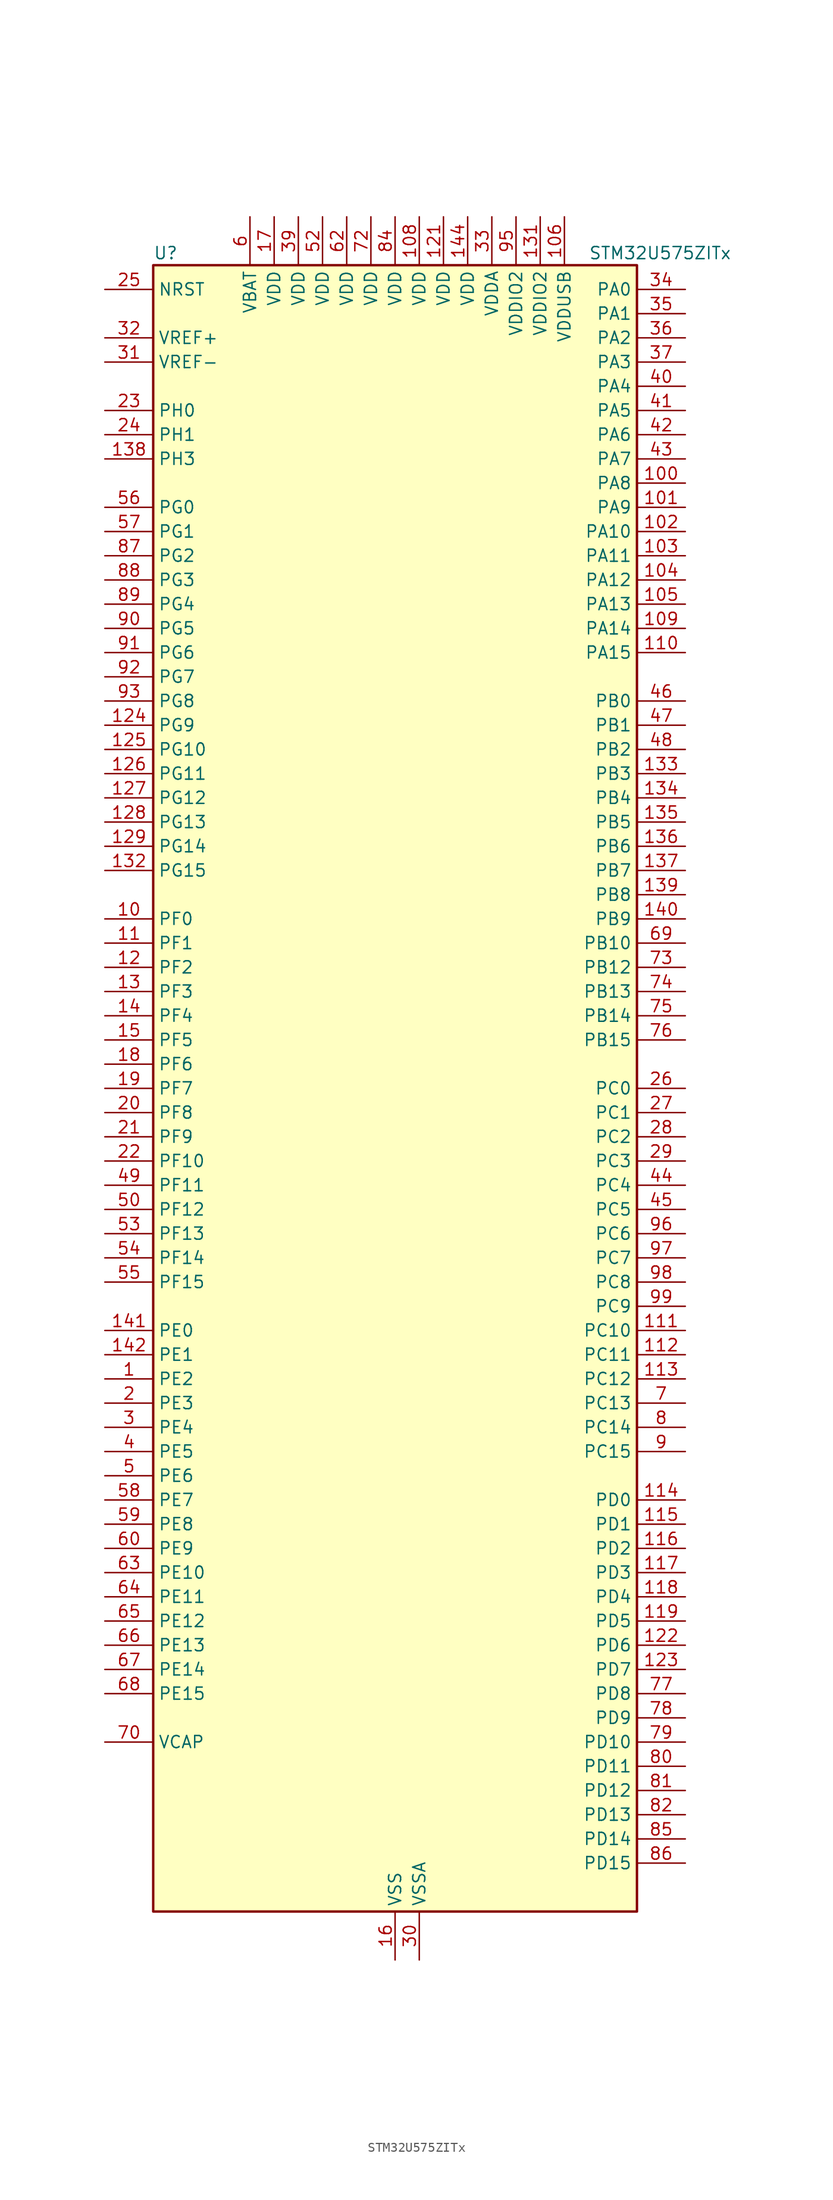
<source format=kicad_sym>
(kicad_symbol_lib
  (version 20211014)
  (generator kicad-library-utils)
  (symbol "STM32U575ZITx"
    (property "Reference" "U"
      (at -25.4 87.63 0)
      (effects (font (size 1.27 1.27)) (justify left)))
    (property "Value" "STM32U575ZITx"
      (at 20.32 87.63 0)
      (effects (font (size 1.27 1.27)) (justify left)))
    (property "ki_fp_filters" "LQFP*20x20mm*P0.5mm*"
      (at 0.0 0.0 0.0)
      (effects (font (size 1.27 1.27))))
    (symbol "STM32U575ZITx_0_1"
      (rectangle (start -25.4 -86.36) (end 25.4 86.36) (stroke (width 0.254)) (fill (type background))))
    (symbol "STM32U575ZITx_1_1"
      (pin input line (at -30.48 83.82 0) (length 5.08) (name "NRST" (effects (font (size 1.27 1.27)))) (number "25" (effects (font (size 1.27 1.27)))))
      (pin input line (at -30.48 78.74 0) (length 5.08) (name "VREF+" (effects (font (size 1.27 1.27)))) (number "32" (effects (font (size 1.27 1.27)))) (alternate "VREFBUF_OUT" bidirectional line))
      (pin input line (at -30.48 76.2 0) (length 5.08) (name "VREF-" (effects (font (size 1.27 1.27)))) (number "31" (effects (font (size 1.27 1.27)))))
      (pin bidirectional line (at -30.48 71.12 0) (length 5.08) (name "PH0" (effects (font (size 1.27 1.27)))) (number "23" (effects (font (size 1.27 1.27)))) (alternate "RCC_OSC_IN" bidirectional line))
      (pin bidirectional line (at -30.48 68.58 0) (length 5.08) (name "PH1" (effects (font (size 1.27 1.27)))) (number "24" (effects (font (size 1.27 1.27)))) (alternate "RCC_OSC_OUT" bidirectional line))
      (pin bidirectional line (at -30.48 66.04 0) (length 5.08) (name "PH3" (effects (font (size 1.27 1.27)))) (number "138" (effects (font (size 1.27 1.27)))))
      (pin bidirectional line (at -30.48 60.96 0) (length 5.08) (name "PG0" (effects (font (size 1.27 1.27)))) (number "56" (effects (font (size 1.27 1.27)))) (alternate "ADC4_IN7" bidirectional line) (alternate "FMC_A10" bidirectional line) (alternate "OCTOSPIM_P2_IO4" bidirectional line) (alternate "TSC_G8_IO3" bidirectional line))
      (pin bidirectional line (at -30.48 58.42 0) (length 5.08) (name "PG1" (effects (font (size 1.27 1.27)))) (number "57" (effects (font (size 1.27 1.27)))) (alternate "ADC4_IN8" bidirectional line) (alternate "FMC_A11" bidirectional line) (alternate "OCTOSPIM_P2_IO5" bidirectional line) (alternate "TSC_G8_IO4" bidirectional line))
      (pin bidirectional line (at -30.48 55.88 0) (length 5.08) (name "PG2" (effects (font (size 1.27 1.27)))) (number "87" (effects (font (size 1.27 1.27)))) (alternate "FMC_A12" bidirectional line) (alternate "SAI2_SCK_B" bidirectional line) (alternate "SPI1_SCK" bidirectional line))
      (pin bidirectional line (at -30.48 53.34 0) (length 5.08) (name "PG3" (effects (font (size 1.27 1.27)))) (number "88" (effects (font (size 1.27 1.27)))) (alternate "FMC_A13" bidirectional line) (alternate "SAI2_FS_B" bidirectional line) (alternate "SPI1_MISO" bidirectional line))
      (pin bidirectional line (at -30.48 50.8 0) (length 5.08) (name "PG4" (effects (font (size 1.27 1.27)))) (number "89" (effects (font (size 1.27 1.27)))) (alternate "FMC_A14" bidirectional line) (alternate "SAI2_MCLK_B" bidirectional line) (alternate "SPI1_MOSI" bidirectional line))
      (pin bidirectional line (at -30.48 48.26 0) (length 5.08) (name "PG5" (effects (font (size 1.27 1.27)))) (number "90" (effects (font (size 1.27 1.27)))) (alternate "FMC_A15" bidirectional line) (alternate "LPUART1_CTS" bidirectional line) (alternate "SAI2_SD_B" bidirectional line) (alternate "SPI1_NSS" bidirectional line))
      (pin bidirectional line (at -30.48 45.72 0) (length 5.08) (name "PG6" (effects (font (size 1.27 1.27)))) (number "91" (effects (font (size 1.27 1.27)))) (alternate "I2C3_SMBA" bidirectional line) (alternate "LPUART1_DE" bidirectional line) (alternate "LPUART1_RTS" bidirectional line) (alternate "OCTOSPIM_P1_DQS" bidirectional line) (alternate "SPI1_RDY" bidirectional line) (alternate "UCPD1_FRSTX1" bidirectional line))
      (pin bidirectional line (at -30.48 43.18 0) (length 5.08) (name "PG7" (effects (font (size 1.27 1.27)))) (number "92" (effects (font (size 1.27 1.27)))) (alternate "FMC_INT" bidirectional line) (alternate "I2C3_SCL" bidirectional line) (alternate "LPUART1_TX" bidirectional line) (alternate "MDF1_CCK0" bidirectional line) (alternate "OCTOSPIM_P2_DQS" bidirectional line) (alternate "SAI1_CK1" bidirectional line) (alternate "SAI1_MCLK_A" bidirectional line) (alternate "UCPD1_FRSTX2" bidirectional line))
      (pin bidirectional line (at -30.48 40.64 0) (length 5.08) (name "PG8" (effects (font (size 1.27 1.27)))) (number "93" (effects (font (size 1.27 1.27)))) (alternate "I2C3_SDA" bidirectional line) (alternate "LPUART1_RX" bidirectional line))
      (pin bidirectional line (at -30.48 38.1 0) (length 5.08) (name "PG9" (effects (font (size 1.27 1.27)))) (number "124" (effects (font (size 1.27 1.27)))) (alternate "DAC1_EXTI9" bidirectional line) (alternate "FMC_NCE" bidirectional line) (alternate "FMC_NE2" bidirectional line) (alternate "OCTOSPIM_P2_IO6" bidirectional line) (alternate "SAI2_SCK_A" bidirectional line) (alternate "SPI3_SCK" bidirectional line) (alternate "TIM15_CH1N" bidirectional line) (alternate "USART1_TX" bidirectional line))
      (pin bidirectional line (at -30.48 35.56 0) (length 5.08) (name "PG10" (effects (font (size 1.27 1.27)))) (number "125" (effects (font (size 1.27 1.27)))) (alternate "FMC_NE3" bidirectional line) (alternate "LPTIM1_IN1" bidirectional line) (alternate "OCTOSPIM_P2_IO7" bidirectional line) (alternate "SAI2_FS_A" bidirectional line) (alternate "SPI3_MISO" bidirectional line) (alternate "TIM15_CH1" bidirectional line) (alternate "USART1_RX" bidirectional line))
      (pin bidirectional line (at -30.48 33.02 0) (length 5.08) (name "PG11" (effects (font (size 1.27 1.27)))) (number "126" (effects (font (size 1.27 1.27)))) (alternate "ADC1_EXTI11" bidirectional line) (alternate "LPTIM1_IN2" bidirectional line) (alternate "OCTOSPIM_P1_IO5" bidirectional line) (alternate "SAI2_MCLK_A" bidirectional line) (alternate "SPI3_MOSI" bidirectional line) (alternate "TIM15_CH2" bidirectional line) (alternate "USART1_CTS" bidirectional line))
      (pin bidirectional line (at -30.48 30.48 0) (length 5.08) (name "PG12" (effects (font (size 1.27 1.27)))) (number "127" (effects (font (size 1.27 1.27)))) (alternate "FMC_NE4" bidirectional line) (alternate "LPTIM1_ETR" bidirectional line) (alternate "OCTOSPIM_P2_NCS" bidirectional line) (alternate "SAI2_SD_A" bidirectional line) (alternate "SPI3_NSS" bidirectional line) (alternate "USART1_DE" bidirectional line) (alternate "USART1_RTS" bidirectional line))
      (pin bidirectional line (at -30.48 27.94 0) (length 5.08) (name "PG13" (effects (font (size 1.27 1.27)))) (number "128" (effects (font (size 1.27 1.27)))) (alternate "FMC_A24" bidirectional line) (alternate "I2C1_SDA" bidirectional line) (alternate "SPI3_RDY" bidirectional line) (alternate "USART1_CK" bidirectional line))
      (pin bidirectional line (at -30.48 25.4 0) (length 5.08) (name "PG14" (effects (font (size 1.27 1.27)))) (number "129" (effects (font (size 1.27 1.27)))) (alternate "FMC_A25" bidirectional line) (alternate "I2C1_SCL" bidirectional line) (alternate "LPTIM1_CH2" bidirectional line))
      (pin bidirectional line (at -30.48 22.86 0) (length 5.08) (name "PG15" (effects (font (size 1.27 1.27)))) (number "132" (effects (font (size 1.27 1.27)))) (alternate "ADC1_EXTI15" bidirectional line) (alternate "ADC4_EXTI15" bidirectional line) (alternate "DCMI_D13" bidirectional line) (alternate "I2C1_SMBA" bidirectional line) (alternate "LPTIM1_CH1" bidirectional line) (alternate "OCTOSPIM_P2_DQS" bidirectional line) (alternate "PSSI_D13" bidirectional line))
      (pin bidirectional line (at -30.48 17.78 0) (length 5.08) (name "PF0" (effects (font (size 1.27 1.27)))) (number "10" (effects (font (size 1.27 1.27)))) (alternate "FMC_A0" bidirectional line) (alternate "I2C2_SDA" bidirectional line) (alternate "OCTOSPIM_P2_IO0" bidirectional line))
      (pin bidirectional line (at -30.48 15.24 0) (length 5.08) (name "PF1" (effects (font (size 1.27 1.27)))) (number "11" (effects (font (size 1.27 1.27)))) (alternate "FMC_A1" bidirectional line) (alternate "I2C2_SCL" bidirectional line) (alternate "OCTOSPIM_P2_IO1" bidirectional line))
      (pin bidirectional line (at -30.48 12.7 0) (length 5.08) (name "PF2" (effects (font (size 1.27 1.27)))) (number "12" (effects (font (size 1.27 1.27)))) (alternate "FMC_A2" bidirectional line) (alternate "I2C2_SMBA" bidirectional line) (alternate "LPTIM3_CH2" bidirectional line) (alternate "OCTOSPIM_P2_IO2" bidirectional line) (alternate "PWR_WKUP8" bidirectional line))
      (pin bidirectional line (at -30.48 10.16 0) (length 5.08) (name "PF3" (effects (font (size 1.27 1.27)))) (number "13" (effects (font (size 1.27 1.27)))) (alternate "FMC_A3" bidirectional line) (alternate "LPTIM3_IN1" bidirectional line) (alternate "OCTOSPIM_P2_IO3" bidirectional line))
      (pin bidirectional line (at -30.48 7.62 0) (length 5.08) (name "PF4" (effects (font (size 1.27 1.27)))) (number "14" (effects (font (size 1.27 1.27)))) (alternate "FMC_A4" bidirectional line) (alternate "LPTIM3_ETR" bidirectional line) (alternate "OCTOSPIM_P2_CLK" bidirectional line))
      (pin bidirectional line (at -30.48 5.08 0) (length 5.08) (name "PF5" (effects (font (size 1.27 1.27)))) (number "15" (effects (font (size 1.27 1.27)))) (alternate "FMC_A5" bidirectional line) (alternate "LPTIM3_CH1" bidirectional line) (alternate "OCTOSPIM_P2_NCLK" bidirectional line))
      (pin bidirectional line (at -30.48 2.54 0) (length 5.08) (name "PF6" (effects (font (size 1.27 1.27)))) (number "18" (effects (font (size 1.27 1.27)))) (alternate "DCMI_D12" bidirectional line) (alternate "OCTOSPIM_P1_IO3" bidirectional line) (alternate "OCTOSPIM_P2_NCS" bidirectional line) (alternate "PSSI_D12" bidirectional line) (alternate "SAI1_SD_B" bidirectional line) (alternate "TIM5_CH1" bidirectional line) (alternate "TIM5_ETR" bidirectional line))
      (pin bidirectional line (at -30.48 0.0 0) (length 5.08) (name "PF7" (effects (font (size 1.27 1.27)))) (number "19" (effects (font (size 1.27 1.27)))) (alternate "FDCAN1_RX" bidirectional line) (alternate "OCTOSPIM_P1_IO2" bidirectional line) (alternate "SAI1_MCLK_B" bidirectional line) (alternate "TIM5_CH2" bidirectional line))
      (pin bidirectional line (at -30.48 -2.54 0) (length 5.08) (name "PF8" (effects (font (size 1.27 1.27)))) (number "20" (effects (font (size 1.27 1.27)))) (alternate "FDCAN1_TX" bidirectional line) (alternate "OCTOSPIM_P1_IO0" bidirectional line) (alternate "PSSI_D14" bidirectional line) (alternate "SAI1_SCK_B" bidirectional line) (alternate "TIM5_CH3" bidirectional line))
      (pin bidirectional line (at -30.48 -5.08 0) (length 5.08) (name "PF9" (effects (font (size 1.27 1.27)))) (number "21" (effects (font (size 1.27 1.27)))) (alternate "DAC1_EXTI9" bidirectional line) (alternate "OCTOSPIM_P1_IO1" bidirectional line) (alternate "PSSI_D15" bidirectional line) (alternate "SAI1_FS_B" bidirectional line) (alternate "TIM15_CH1" bidirectional line) (alternate "TIM5_CH4" bidirectional line))
      (pin bidirectional line (at -30.48 -7.62 0) (length 5.08) (name "PF10" (effects (font (size 1.27 1.27)))) (number "22" (effects (font (size 1.27 1.27)))) (alternate "DCMI_D11" bidirectional line) (alternate "MDF1_CCK1" bidirectional line) (alternate "OCTOSPIM_P1_CLK" bidirectional line) (alternate "PSSI_D11" bidirectional line) (alternate "PSSI_D15" bidirectional line) (alternate "SAI1_D3" bidirectional line) (alternate "TIM15_CH2" bidirectional line))
      (pin bidirectional line (at -30.48 -10.16 0) (length 5.08) (name "PF11" (effects (font (size 1.27 1.27)))) (number "49" (effects (font (size 1.27 1.27)))) (alternate "ADC1_EXTI11" bidirectional line) (alternate "DCMI_D12" bidirectional line) (alternate "LPTIM4_IN1" bidirectional line) (alternate "OCTOSPIM_P1_NCLK" bidirectional line) (alternate "PSSI_D12" bidirectional line))
      (pin bidirectional line (at -30.48 -12.7 0) (length 5.08) (name "PF12" (effects (font (size 1.27 1.27)))) (number "50" (effects (font (size 1.27 1.27)))) (alternate "FMC_A6" bidirectional line) (alternate "LPTIM4_ETR" bidirectional line) (alternate "OCTOSPIM_P2_DQS" bidirectional line))
      (pin bidirectional line (at -30.48 -15.24 0) (length 5.08) (name "PF13" (effects (font (size 1.27 1.27)))) (number "53" (effects (font (size 1.27 1.27)))) (alternate "FMC_A7" bidirectional line) (alternate "I2C4_SMBA" bidirectional line) (alternate "LPTIM4_OUT" bidirectional line) (alternate "UCPD1_FRSTX2" bidirectional line))
      (pin bidirectional line (at -30.48 -17.78 0) (length 5.08) (name "PF14" (effects (font (size 1.27 1.27)))) (number "54" (effects (font (size 1.27 1.27)))) (alternate "ADC4_IN5" bidirectional line) (alternate "FMC_A8" bidirectional line) (alternate "I2C4_SCL" bidirectional line) (alternate "TSC_G8_IO1" bidirectional line))
      (pin bidirectional line (at -30.48 -20.32 0) (length 5.08) (name "PF15" (effects (font (size 1.27 1.27)))) (number "55" (effects (font (size 1.27 1.27)))) (alternate "ADC1_EXTI15" bidirectional line) (alternate "ADC4_EXTI15" bidirectional line) (alternate "ADC4_IN6" bidirectional line) (alternate "FMC_A9" bidirectional line) (alternate "I2C4_SDA" bidirectional line) (alternate "TSC_G8_IO2" bidirectional line))
      (pin bidirectional line (at -30.48 -25.4 0) (length 5.08) (name "PE0" (effects (font (size 1.27 1.27)))) (number "141" (effects (font (size 1.27 1.27)))) (alternate "DCMI_D2" bidirectional line) (alternate "FMC_NBL0" bidirectional line) (alternate "PSSI_D2" bidirectional line) (alternate "TIM16_CH1" bidirectional line) (alternate "TIM4_ETR" bidirectional line))
      (pin bidirectional line (at -30.48 -27.94 0) (length 5.08) (name "PE1" (effects (font (size 1.27 1.27)))) (number "142" (effects (font (size 1.27 1.27)))) (alternate "DCMI_D3" bidirectional line) (alternate "FMC_NBL1" bidirectional line) (alternate "PSSI_D3" bidirectional line) (alternate "TIM17_CH1" bidirectional line))
      (pin bidirectional line (at -30.48 -30.48 0) (length 5.08) (name "PE2" (effects (font (size 1.27 1.27)))) (number "1" (effects (font (size 1.27 1.27)))) (alternate "DEBUG_TRACECLK" bidirectional line) (alternate "FMC_A23" bidirectional line) (alternate "SAI1_CK1" bidirectional line) (alternate "SAI1_MCLK_A" bidirectional line) (alternate "TIM3_ETR" bidirectional line) (alternate "TSC_G7_IO1" bidirectional line))
      (pin bidirectional line (at -30.48 -33.02 0) (length 5.08) (name "PE3" (effects (font (size 1.27 1.27)))) (number "2" (effects (font (size 1.27 1.27)))) (alternate "DEBUG_TRACED0" bidirectional line) (alternate "FMC_A19" bidirectional line) (alternate "OCTOSPIM_P1_DQS" bidirectional line) (alternate "SAI1_SD_B" bidirectional line) (alternate "TAMP_IN6" bidirectional line) (alternate "TAMP_OUT3" bidirectional line) (alternate "TIM3_CH1" bidirectional line) (alternate "TSC_G7_IO2" bidirectional line))
      (pin bidirectional line (at -30.48 -35.56 0) (length 5.08) (name "PE4" (effects (font (size 1.27 1.27)))) (number "3" (effects (font (size 1.27 1.27)))) (alternate "DCMI_D4" bidirectional line) (alternate "DEBUG_TRACED1" bidirectional line) (alternate "FMC_A20" bidirectional line) (alternate "MDF1_SDI3" bidirectional line) (alternate "PSSI_D4" bidirectional line) (alternate "PWR_WKUP1" bidirectional line) (alternate "SAI1_D2" bidirectional line) (alternate "SAI1_FS_A" bidirectional line) (alternate "TAMP_IN7" bidirectional line) (alternate "TAMP_OUT8" bidirectional line) (alternate "TIM3_CH2" bidirectional line) (alternate "TSC_G7_IO3" bidirectional line))
      (pin bidirectional line (at -30.48 -38.1 0) (length 5.08) (name "PE5" (effects (font (size 1.27 1.27)))) (number "4" (effects (font (size 1.27 1.27)))) (alternate "DCMI_D6" bidirectional line) (alternate "DEBUG_TRACED2" bidirectional line) (alternate "FMC_A21" bidirectional line) (alternate "MDF1_CKI3" bidirectional line) (alternate "PSSI_D6" bidirectional line) (alternate "PWR_WKUP2" bidirectional line) (alternate "SAI1_CK2" bidirectional line) (alternate "SAI1_SCK_A" bidirectional line) (alternate "TAMP_IN8" bidirectional line) (alternate "TAMP_OUT7" bidirectional line) (alternate "TIM3_CH3" bidirectional line) (alternate "TSC_G7_IO4" bidirectional line))
      (pin bidirectional line (at -30.48 -40.64 0) (length 5.08) (name "PE6" (effects (font (size 1.27 1.27)))) (number "5" (effects (font (size 1.27 1.27)))) (alternate "DCMI_D7" bidirectional line) (alternate "DEBUG_TRACED3" bidirectional line) (alternate "FMC_A22" bidirectional line) (alternate "PSSI_D7" bidirectional line) (alternate "PWR_WKUP3" bidirectional line) (alternate "SAI1_D1" bidirectional line) (alternate "SAI1_SD_A" bidirectional line) (alternate "TAMP_IN3" bidirectional line) (alternate "TAMP_OUT6" bidirectional line) (alternate "TIM3_CH4" bidirectional line))
      (pin bidirectional line (at -30.48 -43.18 0) (length 5.08) (name "PE7" (effects (font (size 1.27 1.27)))) (number "58" (effects (font (size 1.27 1.27)))) (alternate "FMC_D4" bidirectional line) (alternate "FMC_DA4" bidirectional line) (alternate "MDF1_SDI2" bidirectional line) (alternate "PWR_WKUP6" bidirectional line) (alternate "SAI1_SD_B" bidirectional line) (alternate "TIM1_ETR" bidirectional line))
      (pin bidirectional line (at -30.48 -45.72 0) (length 5.08) (name "PE8" (effects (font (size 1.27 1.27)))) (number "59" (effects (font (size 1.27 1.27)))) (alternate "FMC_D5" bidirectional line) (alternate "FMC_DA5" bidirectional line) (alternate "MDF1_CKI2" bidirectional line) (alternate "PWR_WKUP7" bidirectional line) (alternate "SAI1_SCK_B" bidirectional line) (alternate "TIM1_CH1N" bidirectional line))
      (pin bidirectional line (at -30.48 -48.26 0) (length 5.08) (name "PE9" (effects (font (size 1.27 1.27)))) (number "60" (effects (font (size 1.27 1.27)))) (alternate "ADF1_CCK0" bidirectional line) (alternate "DAC1_EXTI9" bidirectional line) (alternate "FMC_D6" bidirectional line) (alternate "FMC_DA6" bidirectional line) (alternate "MDF1_CCK0" bidirectional line) (alternate "OCTOSPIM_P1_NCLK" bidirectional line) (alternate "SAI1_FS_B" bidirectional line) (alternate "TIM1_CH1" bidirectional line))
      (pin bidirectional line (at -30.48 -50.8 0) (length 5.08) (name "PE10" (effects (font (size 1.27 1.27)))) (number "63" (effects (font (size 1.27 1.27)))) (alternate "ADF1_SDI0" bidirectional line) (alternate "FMC_D7" bidirectional line) (alternate "FMC_DA7" bidirectional line) (alternate "MDF1_SDI4" bidirectional line) (alternate "OCTOSPIM_P1_CLK" bidirectional line) (alternate "SAI1_MCLK_B" bidirectional line) (alternate "TIM1_CH2N" bidirectional line) (alternate "TSC_G5_IO1" bidirectional line))
      (pin bidirectional line (at -30.48 -53.34 0) (length 5.08) (name "PE11" (effects (font (size 1.27 1.27)))) (number "64" (effects (font (size 1.27 1.27)))) (alternate "ADC1_EXTI11" bidirectional line) (alternate "FMC_D8" bidirectional line) (alternate "FMC_DA8" bidirectional line) (alternate "MDF1_CKI4" bidirectional line) (alternate "OCTOSPIM_P1_NCS" bidirectional line) (alternate "SPI1_RDY" bidirectional line) (alternate "TIM1_CH2" bidirectional line) (alternate "TSC_G5_IO2" bidirectional line))
      (pin bidirectional line (at -30.48 -55.88 0) (length 5.08) (name "PE12" (effects (font (size 1.27 1.27)))) (number "65" (effects (font (size 1.27 1.27)))) (alternate "FMC_D9" bidirectional line) (alternate "FMC_DA9" bidirectional line) (alternate "MDF1_SDI5" bidirectional line) (alternate "OCTOSPIM_P1_IO0" bidirectional line) (alternate "SPI1_NSS" bidirectional line) (alternate "TIM1_CH3N" bidirectional line) (alternate "TSC_G5_IO3" bidirectional line))
      (pin bidirectional line (at -30.48 -58.42 0) (length 5.08) (name "PE13" (effects (font (size 1.27 1.27)))) (number "66" (effects (font (size 1.27 1.27)))) (alternate "FMC_D10" bidirectional line) (alternate "FMC_DA10" bidirectional line) (alternate "MDF1_CKI5" bidirectional line) (alternate "OCTOSPIM_P1_IO1" bidirectional line) (alternate "SPI1_SCK" bidirectional line) (alternate "TIM1_CH3" bidirectional line) (alternate "TSC_G5_IO4" bidirectional line))
      (pin bidirectional line (at -30.48 -60.96 0) (length 5.08) (name "PE14" (effects (font (size 1.27 1.27)))) (number "67" (effects (font (size 1.27 1.27)))) (alternate "FMC_D11" bidirectional line) (alternate "FMC_DA11" bidirectional line) (alternate "OCTOSPIM_P1_IO2" bidirectional line) (alternate "SPI1_MISO" bidirectional line) (alternate "TIM1_BKIN2" bidirectional line) (alternate "TIM1_CH4" bidirectional line))
      (pin bidirectional line (at -30.48 -63.5 0) (length 5.08) (name "PE15" (effects (font (size 1.27 1.27)))) (number "68" (effects (font (size 1.27 1.27)))) (alternate "ADC1_EXTI15" bidirectional line) (alternate "ADC4_EXTI15" bidirectional line) (alternate "FMC_D12" bidirectional line) (alternate "FMC_DA12" bidirectional line) (alternate "OCTOSPIM_P1_IO3" bidirectional line) (alternate "SPI1_MOSI" bidirectional line) (alternate "TIM1_BKIN" bidirectional line) (alternate "TIM1_CH4N" bidirectional line))
      (pin power_out line (at -30.48 -68.58 0) (length 5.08) (name "VCAP" (effects (font (size 1.27 1.27)))) (number "70" (effects (font (size 1.27 1.27)))))
      (pin bidirectional line (at 30.48 83.82 180) (length 5.08) (name "PA0" (effects (font (size 1.27 1.27)))) (number "34" (effects (font (size 1.27 1.27)))) (alternate "ADC1_IN5" bidirectional line) (alternate "AUDIOCLK" bidirectional line) (alternate "OCTOSPIM_P2_NCS" bidirectional line) (alternate "OPAMP1_VINP" bidirectional line) (alternate "PWR_WKUP1" bidirectional line) (alternate "SDMMC2_CMD" bidirectional line) (alternate "SPI3_RDY" bidirectional line) (alternate "TAMP_IN2" bidirectional line) (alternate "TAMP_OUT1" bidirectional line) (alternate "TIM2_CH1" bidirectional line) (alternate "TIM2_ETR" bidirectional line) (alternate "TIM5_CH1" bidirectional line) (alternate "TIM8_ETR" bidirectional line) (alternate "UART4_TX" bidirectional line) (alternate "USART2_CTS" bidirectional line))
      (pin bidirectional line (at 30.48 81.28 180) (length 5.08) (name "PA1" (effects (font (size 1.27 1.27)))) (number "35" (effects (font (size 1.27 1.27)))) (alternate "ADC1_IN6" bidirectional line) (alternate "I2C1_SMBA" bidirectional line) (alternate "LPTIM1_CH2" bidirectional line) (alternate "OCTOSPIM_P1_DQS" bidirectional line) (alternate "OPAMP1_VINM" bidirectional line) (alternate "PWR_WKUP3" bidirectional line) (alternate "SPI1_SCK" bidirectional line) (alternate "TAMP_IN5" bidirectional line) (alternate "TAMP_OUT4" bidirectional line) (alternate "TIM15_CH1N" bidirectional line) (alternate "TIM2_CH2" bidirectional line) (alternate "TIM5_CH2" bidirectional line) (alternate "UART4_RX" bidirectional line) (alternate "USART2_DE" bidirectional line) (alternate "USART2_RTS" bidirectional line))
      (pin bidirectional line (at 30.48 78.74 180) (length 5.08) (name "PA2" (effects (font (size 1.27 1.27)))) (number "36" (effects (font (size 1.27 1.27)))) (alternate "ADC1_IN7" bidirectional line) (alternate "COMP1_INP" bidirectional line) (alternate "LPUART1_TX" bidirectional line) (alternate "OCTOSPIM_P1_NCS" bidirectional line) (alternate "PWR_WKUP4" bidirectional line) (alternate "RCC_LSCO" bidirectional line) (alternate "SPI1_RDY" bidirectional line) (alternate "TIM15_CH1" bidirectional line) (alternate "TIM2_CH3" bidirectional line) (alternate "TIM5_CH3" bidirectional line) (alternate "UCPD1_FRSTX1" bidirectional line) (alternate "USART2_TX" bidirectional line))
      (pin bidirectional line (at 30.48 76.2 180) (length 5.08) (name "PA3" (effects (font (size 1.27 1.27)))) (number "37" (effects (font (size 1.27 1.27)))) (alternate "ADC1_IN8" bidirectional line) (alternate "LPUART1_RX" bidirectional line) (alternate "OCTOSPIM_P1_CLK" bidirectional line) (alternate "OPAMP1_VOUT" bidirectional line) (alternate "PWR_WKUP5" bidirectional line) (alternate "SAI1_CK1" bidirectional line) (alternate "SAI1_MCLK_A" bidirectional line) (alternate "TIM15_CH2" bidirectional line) (alternate "TIM2_CH4" bidirectional line) (alternate "TIM5_CH4" bidirectional line) (alternate "USART2_RX" bidirectional line))
      (pin bidirectional line (at 30.48 73.66 180) (length 5.08) (name "PA4" (effects (font (size 1.27 1.27)))) (number "40" (effects (font (size 1.27 1.27)))) (alternate "ADC1_IN9" bidirectional line) (alternate "ADC4_IN9" bidirectional line) (alternate "DAC1_OUT1" bidirectional line) (alternate "DCMI_HSYNC" bidirectional line) (alternate "LPTIM2_CH1" bidirectional line) (alternate "OCTOSPIM_P1_NCS" bidirectional line) (alternate "PSSI_DE" bidirectional line) (alternate "PWR_WKUP2" bidirectional line) (alternate "SAI1_FS_B" bidirectional line) (alternate "SPI1_NSS" bidirectional line) (alternate "SPI3_NSS" bidirectional line) (alternate "USART2_CK" bidirectional line))
      (pin bidirectional line (at 30.48 71.12 180) (length 5.08) (name "PA5" (effects (font (size 1.27 1.27)))) (number "41" (effects (font (size 1.27 1.27)))) (alternate "ADC1_IN10" bidirectional line) (alternate "ADC4_IN10" bidirectional line) (alternate "DAC1_OUT2" bidirectional line) (alternate "LPTIM2_ETR" bidirectional line) (alternate "PSSI_D14" bidirectional line) (alternate "PWR_CSLEEP" bidirectional line) (alternate "PWR_WKUP6" bidirectional line) (alternate "SPI1_SCK" bidirectional line) (alternate "TIM2_CH1" bidirectional line) (alternate "TIM2_ETR" bidirectional line) (alternate "TIM8_CH1N" bidirectional line) (alternate "USART3_RX" bidirectional line))
      (pin bidirectional line (at 30.48 68.58 180) (length 5.08) (name "PA6" (effects (font (size 1.27 1.27)))) (number "42" (effects (font (size 1.27 1.27)))) (alternate "ADC1_IN11" bidirectional line) (alternate "ADC4_IN11" bidirectional line) (alternate "DCMI_PIXCLK" bidirectional line) (alternate "LPUART1_CTS" bidirectional line) (alternate "OCTOSPIM_P1_IO3" bidirectional line) (alternate "OPAMP2_VINP" bidirectional line) (alternate "PSSI_PDCK" bidirectional line) (alternate "PWR_CDSTOP" bidirectional line) (alternate "PWR_WKUP7" bidirectional line) (alternate "SPI1_MISO" bidirectional line) (alternate "TIM16_CH1" bidirectional line) (alternate "TIM1_BKIN" bidirectional line) (alternate "TIM3_CH1" bidirectional line) (alternate "TIM8_BKIN" bidirectional line) (alternate "USART3_CTS" bidirectional line))
      (pin bidirectional line (at 30.48 66.04 180) (length 5.08) (name "PA7" (effects (font (size 1.27 1.27)))) (number "43" (effects (font (size 1.27 1.27)))) (alternate "ADC1_IN12" bidirectional line) (alternate "ADC4_IN20" bidirectional line) (alternate "I2C3_SCL" bidirectional line) (alternate "LPTIM2_CH2" bidirectional line) (alternate "OCTOSPIM_P1_IO2" bidirectional line) (alternate "OPAMP2_VINM" bidirectional line) (alternate "PWR_SRDSTOP" bidirectional line) (alternate "PWR_WKUP8" bidirectional line) (alternate "SPI1_MOSI" bidirectional line) (alternate "TIM17_CH1" bidirectional line) (alternate "TIM1_CH1N" bidirectional line) (alternate "TIM3_CH2" bidirectional line) (alternate "TIM8_CH1N" bidirectional line) (alternate "USART3_TX" bidirectional line))
      (pin bidirectional line (at 30.48 63.5 180) (length 5.08) (name "PA8" (effects (font (size 1.27 1.27)))) (number "100" (effects (font (size 1.27 1.27)))) (alternate "DEBUG_TRACECLK" bidirectional line) (alternate "LPTIM2_CH1" bidirectional line) (alternate "RCC_MCO" bidirectional line) (alternate "SAI1_CK2" bidirectional line) (alternate "SAI1_SCK_A" bidirectional line) (alternate "SPI1_RDY" bidirectional line) (alternate "TIM1_CH1" bidirectional line) (alternate "USART1_CK" bidirectional line) (alternate "USB_OTG_FS_SOF" bidirectional line))
      (pin bidirectional line (at 30.48 60.96 180) (length 5.08) (name "PA9" (effects (font (size 1.27 1.27)))) (number "101" (effects (font (size 1.27 1.27)))) (alternate "DAC1_EXTI9" bidirectional line) (alternate "DCMI_D0" bidirectional line) (alternate "PSSI_D0" bidirectional line) (alternate "SAI1_FS_A" bidirectional line) (alternate "SPI2_SCK" bidirectional line) (alternate "TIM15_BKIN" bidirectional line) (alternate "TIM1_CH2" bidirectional line) (alternate "USART1_TX" bidirectional line) (alternate "USB_OTG_FS_VBUS" bidirectional line))
      (pin bidirectional line (at 30.48 58.42 180) (length 5.08) (name "PA10" (effects (font (size 1.27 1.27)))) (number "102" (effects (font (size 1.27 1.27)))) (alternate "CRS_SYNC" bidirectional line) (alternate "DCMI_D1" bidirectional line) (alternate "LPTIM2_IN2" bidirectional line) (alternate "PSSI_D1" bidirectional line) (alternate "SAI1_D1" bidirectional line) (alternate "SAI1_SD_A" bidirectional line) (alternate "TIM17_BKIN" bidirectional line) (alternate "TIM1_CH3" bidirectional line) (alternate "USART1_RX" bidirectional line) (alternate "USB_OTG_FS_ID" bidirectional line))
      (pin bidirectional line (at 30.48 55.88 180) (length 5.08) (name "PA11" (effects (font (size 1.27 1.27)))) (number "103" (effects (font (size 1.27 1.27)))) (alternate "ADC1_EXTI11" bidirectional line) (alternate "FDCAN1_RX" bidirectional line) (alternate "SPI1_MISO" bidirectional line) (alternate "TIM1_BKIN2" bidirectional line) (alternate "TIM1_CH4" bidirectional line) (alternate "USART1_CTS" bidirectional line) (alternate "USB_OTG_FS_DM" bidirectional line))
      (pin bidirectional line (at 30.48 53.34 180) (length 5.08) (name "PA12" (effects (font (size 1.27 1.27)))) (number "104" (effects (font (size 1.27 1.27)))) (alternate "FDCAN1_TX" bidirectional line) (alternate "OCTOSPIM_P2_NCS" bidirectional line) (alternate "SPI1_MOSI" bidirectional line) (alternate "TIM1_ETR" bidirectional line) (alternate "USART1_DE" bidirectional line) (alternate "USART1_RTS" bidirectional line) (alternate "USB_OTG_FS_DP" bidirectional line))
      (pin bidirectional line (at 30.48 50.8 180) (length 5.08) (name "PA13" (effects (font (size 1.27 1.27)))) (number "105" (effects (font (size 1.27 1.27)))) (alternate "DEBUG_JTMS-SWDIO" bidirectional line) (alternate "IR_OUT" bidirectional line) (alternate "SAI1_SD_B" bidirectional line) (alternate "USB_OTG_FS_NOE" bidirectional line))
      (pin bidirectional line (at 30.48 48.26 180) (length 5.08) (name "PA14" (effects (font (size 1.27 1.27)))) (number "109" (effects (font (size 1.27 1.27)))) (alternate "DEBUG_JTCK-SWCLK" bidirectional line) (alternate "I2C1_SMBA" bidirectional line) (alternate "I2C4_SMBA" bidirectional line) (alternate "LPTIM1_CH1" bidirectional line) (alternate "SAI1_FS_B" bidirectional line) (alternate "USB_OTG_FS_SOF" bidirectional line))
      (pin bidirectional line (at 30.48 45.72 180) (length 5.08) (name "PA15" (effects (font (size 1.27 1.27)))) (number "110" (effects (font (size 1.27 1.27)))) (alternate "ADC1_EXTI15" bidirectional line) (alternate "ADC4_EXTI15" bidirectional line) (alternate "DEBUG_JTDI" bidirectional line) (alternate "SAI2_FS_B" bidirectional line) (alternate "SPI1_NSS" bidirectional line) (alternate "SPI3_NSS" bidirectional line) (alternate "TIM2_CH1" bidirectional line) (alternate "TIM2_ETR" bidirectional line) (alternate "UART4_DE" bidirectional line) (alternate "UART4_RTS" bidirectional line) (alternate "UCPD1_CC1" bidirectional line) (alternate "USART2_RX" bidirectional line) (alternate "USART3_DE" bidirectional line) (alternate "USART3_RTS" bidirectional line))
      (pin bidirectional line (at 30.48 40.64 180) (length 5.08) (name "PB0" (effects (font (size 1.27 1.27)))) (number "46" (effects (font (size 1.27 1.27)))) (alternate "ADC1_IN15" bidirectional line) (alternate "ADC4_IN18" bidirectional line) (alternate "AUDIOCLK" bidirectional line) (alternate "COMP1_OUT" bidirectional line) (alternate "LPTIM3_CH1" bidirectional line) (alternate "OCTOSPIM_P1_IO1" bidirectional line) (alternate "OPAMP2_VOUT" bidirectional line) (alternate "SPI1_NSS" bidirectional line) (alternate "TIM1_CH2N" bidirectional line) (alternate "TIM3_CH3" bidirectional line) (alternate "TIM8_CH2N" bidirectional line) (alternate "USART3_CK" bidirectional line))
      (pin bidirectional line (at 30.48 38.1 180) (length 5.08) (name "PB1" (effects (font (size 1.27 1.27)))) (number "47" (effects (font (size 1.27 1.27)))) (alternate "ADC1_IN16" bidirectional line) (alternate "ADC4_IN19" bidirectional line) (alternate "COMP1_INM" bidirectional line) (alternate "LPTIM2_IN1" bidirectional line) (alternate "LPTIM3_CH2" bidirectional line) (alternate "LPUART1_DE" bidirectional line) (alternate "LPUART1_RTS" bidirectional line) (alternate "MDF1_SDI0" bidirectional line) (alternate "OCTOSPIM_P1_IO0" bidirectional line) (alternate "PWR_WKUP4" bidirectional line) (alternate "TIM1_CH3N" bidirectional line) (alternate "TIM3_CH4" bidirectional line) (alternate "TIM8_CH3N" bidirectional line) (alternate "USART3_DE" bidirectional line) (alternate "USART3_RTS" bidirectional line))
      (pin bidirectional line (at 30.48 35.56 180) (length 5.08) (name "PB2" (effects (font (size 1.27 1.27)))) (number "48" (effects (font (size 1.27 1.27)))) (alternate "ADC1_IN17" bidirectional line) (alternate "COMP1_INP" bidirectional line) (alternate "I2C3_SMBA" bidirectional line) (alternate "LPTIM1_CH1" bidirectional line) (alternate "MDF1_CKI0" bidirectional line) (alternate "OCTOSPIM_P1_DQS" bidirectional line) (alternate "PWR_WKUP1" bidirectional line) (alternate "RTC_OUT2" bidirectional line) (alternate "SPI1_RDY" bidirectional line) (alternate "TIM8_CH4N" bidirectional line) (alternate "UCPD1_FRSTX1" bidirectional line))
      (pin bidirectional line (at 30.48 33.02 180) (length 5.08) (name "PB3" (effects (font (size 1.27 1.27)))) (number "133" (effects (font (size 1.27 1.27)))) (alternate "ADF1_CCK0" bidirectional line) (alternate "COMP2_INM" bidirectional line) (alternate "CRS_SYNC" bidirectional line) (alternate "DEBUG_JTDO-SWO" bidirectional line) (alternate "I2C1_SDA" bidirectional line) (alternate "LPTIM1_CH1" bidirectional line) (alternate "SAI1_SCK_B" bidirectional line) (alternate "SDMMC2_D2" bidirectional line) (alternate "SPI1_SCK" bidirectional line) (alternate "SPI3_SCK" bidirectional line) (alternate "TIM2_CH2" bidirectional line) (alternate "USART1_DE" bidirectional line) (alternate "USART1_RTS" bidirectional line))
      (pin bidirectional line (at 30.48 30.48 180) (length 5.08) (name "PB4" (effects (font (size 1.27 1.27)))) (number "134" (effects (font (size 1.27 1.27)))) (alternate "ADF1_SDI0" bidirectional line) (alternate "COMP2_INP" bidirectional line) (alternate "DCMI_D12" bidirectional line) (alternate "DEBUG_JTRST" bidirectional line) (alternate "I2C3_SDA" bidirectional line) (alternate "LPTIM1_CH2" bidirectional line) (alternate "PSSI_D12" bidirectional line) (alternate "SAI1_MCLK_B" bidirectional line) (alternate "SDMMC2_D3" bidirectional line) (alternate "SPI1_MISO" bidirectional line) (alternate "SPI3_MISO" bidirectional line) (alternate "TIM17_BKIN" bidirectional line) (alternate "TIM3_CH1" bidirectional line) (alternate "TSC_G2_IO1" bidirectional line) (alternate "UART5_DE" bidirectional line) (alternate "UART5_RTS" bidirectional line) (alternate "USART1_CTS" bidirectional line))
      (pin bidirectional line (at 30.48 27.94 180) (length 5.08) (name "PB5" (effects (font (size 1.27 1.27)))) (number "135" (effects (font (size 1.27 1.27)))) (alternate "COMP2_OUT" bidirectional line) (alternate "DCMI_D10" bidirectional line) (alternate "I2C1_SMBA" bidirectional line) (alternate "LPTIM1_IN1" bidirectional line) (alternate "OCTOSPIM_P1_NCLK" bidirectional line) (alternate "PSSI_D10" bidirectional line) (alternate "PWR_WKUP6" bidirectional line) (alternate "SAI1_SD_B" bidirectional line) (alternate "SPI1_MOSI" bidirectional line) (alternate "SPI3_MOSI" bidirectional line) (alternate "TIM16_BKIN" bidirectional line) (alternate "TIM3_CH2" bidirectional line) (alternate "TSC_G2_IO2" bidirectional line) (alternate "UART5_CTS" bidirectional line) (alternate "UCPD1_DBCC1" bidirectional line) (alternate "USART1_CK" bidirectional line))
      (pin bidirectional line (at 30.48 25.4 180) (length 5.08) (name "PB6" (effects (font (size 1.27 1.27)))) (number "136" (effects (font (size 1.27 1.27)))) (alternate "COMP2_INP" bidirectional line) (alternate "DCMI_D5" bidirectional line) (alternate "I2C1_SCL" bidirectional line) (alternate "I2C4_SCL" bidirectional line) (alternate "LPTIM1_ETR" bidirectional line) (alternate "MDF1_SDI5" bidirectional line) (alternate "PSSI_D5" bidirectional line) (alternate "PWR_WKUP3" bidirectional line) (alternate "SAI1_FS_B" bidirectional line) (alternate "TIM16_CH1N" bidirectional line) (alternate "TIM4_CH1" bidirectional line) (alternate "TIM8_BKIN2" bidirectional line) (alternate "TSC_G2_IO3" bidirectional line) (alternate "USART1_TX" bidirectional line))
      (pin bidirectional line (at 30.48 22.86 180) (length 5.08) (name "PB7" (effects (font (size 1.27 1.27)))) (number "137" (effects (font (size 1.27 1.27)))) (alternate "COMP2_INM" bidirectional line) (alternate "DCMI_VSYNC" bidirectional line) (alternate "FMC_NL" bidirectional line) (alternate "I2C1_SDA" bidirectional line) (alternate "I2C4_SDA" bidirectional line) (alternate "LPTIM1_IN2" bidirectional line) (alternate "MDF1_CKI5" bidirectional line) (alternate "PSSI_RDY" bidirectional line) (alternate "PWR_PVD_IN" bidirectional line) (alternate "PWR_WKUP4" bidirectional line) (alternate "TIM17_CH1N" bidirectional line) (alternate "TIM4_CH2" bidirectional line) (alternate "TIM8_BKIN" bidirectional line) (alternate "TSC_G2_IO4" bidirectional line) (alternate "UART4_CTS" bidirectional line) (alternate "USART1_RX" bidirectional line))
      (pin bidirectional line (at 30.48 20.32 180) (length 5.08) (name "PB8" (effects (font (size 1.27 1.27)))) (number "139" (effects (font (size 1.27 1.27)))) (alternate "DCMI_D6" bidirectional line) (alternate "FDCAN1_RX" bidirectional line) (alternate "I2C1_SCL" bidirectional line) (alternate "MDF1_CCK0" bidirectional line) (alternate "PSSI_D6" bidirectional line) (alternate "PWR_WKUP5" bidirectional line) (alternate "SAI1_CK1" bidirectional line) (alternate "SAI1_MCLK_A" bidirectional line) (alternate "SDMMC1_CKIN" bidirectional line) (alternate "SDMMC1_D4" bidirectional line) (alternate "SDMMC2_D4" bidirectional line) (alternate "SPI3_RDY" bidirectional line) (alternate "TIM16_CH1" bidirectional line) (alternate "TIM4_CH3" bidirectional line))
      (pin bidirectional line (at 30.48 17.78 180) (length 5.08) (name "PB9" (effects (font (size 1.27 1.27)))) (number "140" (effects (font (size 1.27 1.27)))) (alternate "DAC1_EXTI9" bidirectional line) (alternate "DCMI_D7" bidirectional line) (alternate "FDCAN1_TX" bidirectional line) (alternate "I2C1_SDA" bidirectional line) (alternate "IR_OUT" bidirectional line) (alternate "PSSI_D7" bidirectional line) (alternate "SAI1_D2" bidirectional line) (alternate "SAI1_FS_A" bidirectional line) (alternate "SDMMC1_CDIR" bidirectional line) (alternate "SDMMC1_D5" bidirectional line) (alternate "SDMMC2_D5" bidirectional line) (alternate "SPI2_NSS" bidirectional line) (alternate "TIM17_CH1" bidirectional line) (alternate "TIM4_CH4" bidirectional line))
      (pin bidirectional line (at 30.48 15.24 180) (length 5.08) (name "PB10" (effects (font (size 1.27 1.27)))) (number "69" (effects (font (size 1.27 1.27)))) (alternate "COMP1_OUT" bidirectional line) (alternate "I2C2_SCL" bidirectional line) (alternate "I2C4_SCL" bidirectional line) (alternate "LPTIM3_CH1" bidirectional line) (alternate "LPUART1_RX" bidirectional line) (alternate "OCTOSPIM_P1_CLK" bidirectional line) (alternate "PWR_WKUP8" bidirectional line) (alternate "SAI1_SCK_A" bidirectional line) (alternate "SPI2_SCK" bidirectional line) (alternate "TIM2_CH3" bidirectional line) (alternate "TSC_SYNC" bidirectional line) (alternate "USART3_TX" bidirectional line))
      (pin bidirectional line (at 30.48 12.7 180) (length 5.08) (name "PB12" (effects (font (size 1.27 1.27)))) (number "73" (effects (font (size 1.27 1.27)))) (alternate "I2C2_SMBA" bidirectional line) (alternate "LPUART1_DE" bidirectional line) (alternate "LPUART1_RTS" bidirectional line) (alternate "MDF1_SDI1" bidirectional line) (alternate "OCTOSPIM_P1_NCLK" bidirectional line) (alternate "SAI2_FS_A" bidirectional line) (alternate "SPI2_NSS" bidirectional line) (alternate "TIM15_BKIN" bidirectional line) (alternate "TIM1_BKIN" bidirectional line) (alternate "TSC_G1_IO1" bidirectional line) (alternate "USART3_CK" bidirectional line))
      (pin bidirectional line (at 30.48 10.16 180) (length 5.08) (name "PB13" (effects (font (size 1.27 1.27)))) (number "74" (effects (font (size 1.27 1.27)))) (alternate "I2C2_SCL" bidirectional line) (alternate "LPTIM3_IN1" bidirectional line) (alternate "LPUART1_CTS" bidirectional line) (alternate "MDF1_CKI1" bidirectional line) (alternate "SAI2_SCK_A" bidirectional line) (alternate "SPI2_SCK" bidirectional line) (alternate "TIM15_CH1N" bidirectional line) (alternate "TIM1_CH1N" bidirectional line) (alternate "TSC_G1_IO2" bidirectional line) (alternate "USART3_CTS" bidirectional line))
      (pin bidirectional line (at 30.48 7.62 180) (length 5.08) (name "PB14" (effects (font (size 1.27 1.27)))) (number "75" (effects (font (size 1.27 1.27)))) (alternate "I2C2_SDA" bidirectional line) (alternate "LPTIM3_ETR" bidirectional line) (alternate "MDF1_SDI2" bidirectional line) (alternate "SAI2_MCLK_A" bidirectional line) (alternate "SDMMC2_D0" bidirectional line) (alternate "SPI2_MISO" bidirectional line) (alternate "TIM15_CH1" bidirectional line) (alternate "TIM1_CH2N" bidirectional line) (alternate "TIM8_CH2N" bidirectional line) (alternate "TSC_G1_IO3" bidirectional line) (alternate "UCPD1_DBCC2" bidirectional line) (alternate "USART3_DE" bidirectional line) (alternate "USART3_RTS" bidirectional line))
      (pin bidirectional line (at 30.48 5.08 180) (length 5.08) (name "PB15" (effects (font (size 1.27 1.27)))) (number "76" (effects (font (size 1.27 1.27)))) (alternate "ADC1_EXTI15" bidirectional line) (alternate "ADC4_EXTI15" bidirectional line) (alternate "FMC_NBL1" bidirectional line) (alternate "LPTIM2_IN2" bidirectional line) (alternate "MDF1_CKI2" bidirectional line) (alternate "PWR_WKUP7" bidirectional line) (alternate "RTC_REFIN" bidirectional line) (alternate "SAI2_SD_A" bidirectional line) (alternate "SDMMC2_D1" bidirectional line) (alternate "SPI2_MOSI" bidirectional line) (alternate "TIM15_CH2" bidirectional line) (alternate "TIM1_CH3N" bidirectional line) (alternate "TIM8_CH3N" bidirectional line) (alternate "UCPD1_CC2" bidirectional line))
      (pin bidirectional line (at 30.48 0.0 180) (length 5.08) (name "PC0" (effects (font (size 1.27 1.27)))) (number "26" (effects (font (size 1.27 1.27)))) (alternate "ADC1_IN1" bidirectional line) (alternate "ADC4_IN1" bidirectional line) (alternate "I2C3_SCL" bidirectional line) (alternate "LPTIM1_IN1" bidirectional line) (alternate "LPTIM2_IN1" bidirectional line) (alternate "LPUART1_RX" bidirectional line) (alternate "MDF1_SDI4" bidirectional line) (alternate "OCTOSPIM_P1_IO7" bidirectional line) (alternate "SAI2_FS_A" bidirectional line) (alternate "SDMMC1_D5" bidirectional line) (alternate "SPI2_RDY" bidirectional line))
      (pin bidirectional line (at 30.48 -2.54 180) (length 5.08) (name "PC1" (effects (font (size 1.27 1.27)))) (number "27" (effects (font (size 1.27 1.27)))) (alternate "ADC1_IN2" bidirectional line) (alternate "ADC4_IN2" bidirectional line) (alternate "DEBUG_TRACED0" bidirectional line) (alternate "I2C3_SDA" bidirectional line) (alternate "LPTIM1_CH1" bidirectional line) (alternate "LPUART1_TX" bidirectional line) (alternate "MDF1_CKI4" bidirectional line) (alternate "OCTOSPIM_P1_IO4" bidirectional line) (alternate "SAI1_SD_A" bidirectional line) (alternate "SDMMC2_CK" bidirectional line) (alternate "SPI2_MOSI" bidirectional line))
      (pin bidirectional line (at 30.48 -5.08 180) (length 5.08) (name "PC2" (effects (font (size 1.27 1.27)))) (number "28" (effects (font (size 1.27 1.27)))) (alternate "ADC1_IN3" bidirectional line) (alternate "ADC4_IN3" bidirectional line) (alternate "LPTIM1_IN2" bidirectional line) (alternate "MDF1_CCK1" bidirectional line) (alternate "OCTOSPIM_P1_IO5" bidirectional line) (alternate "SPI2_MISO" bidirectional line))
      (pin bidirectional line (at 30.48 -7.62 180) (length 5.08) (name "PC3" (effects (font (size 1.27 1.27)))) (number "29" (effects (font (size 1.27 1.27)))) (alternate "ADC1_IN4" bidirectional line) (alternate "ADC4_IN4" bidirectional line) (alternate "LPTIM1_ETR" bidirectional line) (alternate "LPTIM2_ETR" bidirectional line) (alternate "LPTIM3_CH1" bidirectional line) (alternate "OCTOSPIM_P1_IO6" bidirectional line) (alternate "SAI1_D1" bidirectional line) (alternate "SAI1_SD_A" bidirectional line) (alternate "SPI2_MOSI" bidirectional line))
      (pin bidirectional line (at 30.48 -10.16 180) (length 5.08) (name "PC4" (effects (font (size 1.27 1.27)))) (number "44" (effects (font (size 1.27 1.27)))) (alternate "ADC1_IN13" bidirectional line) (alternate "ADC4_IN22" bidirectional line) (alternate "COMP1_INM" bidirectional line) (alternate "OCTOSPIM_P1_IO7" bidirectional line) (alternate "USART3_TX" bidirectional line))
      (pin bidirectional line (at 30.48 -12.7 180) (length 5.08) (name "PC5" (effects (font (size 1.27 1.27)))) (number "45" (effects (font (size 1.27 1.27)))) (alternate "ADC1_IN14" bidirectional line) (alternate "ADC4_IN23" bidirectional line) (alternate "COMP1_INP" bidirectional line) (alternate "PSSI_D15" bidirectional line) (alternate "PWR_WKUP5" bidirectional line) (alternate "SAI1_D3" bidirectional line) (alternate "TAMP_IN4" bidirectional line) (alternate "TAMP_OUT5" bidirectional line) (alternate "TIM1_CH4N" bidirectional line) (alternate "USART3_RX" bidirectional line))
      (pin bidirectional line (at 30.48 -15.24 180) (length 5.08) (name "PC6" (effects (font (size 1.27 1.27)))) (number "96" (effects (font (size 1.27 1.27)))) (alternate "DCMI_D0" bidirectional line) (alternate "MDF1_CKI3" bidirectional line) (alternate "PSSI_D0" bidirectional line) (alternate "PWR_CSLEEP" bidirectional line) (alternate "SAI2_MCLK_A" bidirectional line) (alternate "SDMMC1_D0DIR" bidirectional line) (alternate "SDMMC1_D6" bidirectional line) (alternate "SDMMC2_D6" bidirectional line) (alternate "TIM3_CH1" bidirectional line) (alternate "TIM8_CH1" bidirectional line) (alternate "TSC_G4_IO1" bidirectional line))
      (pin bidirectional line (at 30.48 -17.78 180) (length 5.08) (name "PC7" (effects (font (size 1.27 1.27)))) (number "97" (effects (font (size 1.27 1.27)))) (alternate "DCMI_D1" bidirectional line) (alternate "LPTIM2_CH2" bidirectional line) (alternate "MDF1_SDI3" bidirectional line) (alternate "PSSI_D1" bidirectional line) (alternate "PWR_CDSTOP" bidirectional line) (alternate "SAI2_MCLK_B" bidirectional line) (alternate "SDMMC1_D123DIR" bidirectional line) (alternate "SDMMC1_D7" bidirectional line) (alternate "SDMMC2_D7" bidirectional line) (alternate "TIM3_CH2" bidirectional line) (alternate "TIM8_CH2" bidirectional line) (alternate "TSC_G4_IO2" bidirectional line))
      (pin bidirectional line (at 30.48 -20.32 180) (length 5.08) (name "PC8" (effects (font (size 1.27 1.27)))) (number "98" (effects (font (size 1.27 1.27)))) (alternate "DCMI_D2" bidirectional line) (alternate "LPTIM3_CH1" bidirectional line) (alternate "PSSI_D2" bidirectional line) (alternate "PWR_SRDSTOP" bidirectional line) (alternate "SDMMC1_D0" bidirectional line) (alternate "TIM3_CH3" bidirectional line) (alternate "TIM8_CH3" bidirectional line) (alternate "TSC_G4_IO3" bidirectional line))
      (pin bidirectional line (at 30.48 -22.86 180) (length 5.08) (name "PC9" (effects (font (size 1.27 1.27)))) (number "99" (effects (font (size 1.27 1.27)))) (alternate "DAC1_EXTI9" bidirectional line) (alternate "DCMI_D3" bidirectional line) (alternate "DEBUG_TRACED0" bidirectional line) (alternate "LPTIM3_CH2" bidirectional line) (alternate "PSSI_D3" bidirectional line) (alternate "SDMMC1_D1" bidirectional line) (alternate "TIM3_CH4" bidirectional line) (alternate "TIM8_BKIN2" bidirectional line) (alternate "TIM8_CH4" bidirectional line) (alternate "TSC_G4_IO4" bidirectional line) (alternate "USB_OTG_FS_NOE" bidirectional line))
      (pin bidirectional line (at 30.48 -25.4 180) (length 5.08) (name "PC10" (effects (font (size 1.27 1.27)))) (number "111" (effects (font (size 1.27 1.27)))) (alternate "ADF1_CCK1" bidirectional line) (alternate "DCMI_D8" bidirectional line) (alternate "DEBUG_TRACED1" bidirectional line) (alternate "LPTIM3_ETR" bidirectional line) (alternate "PSSI_D8" bidirectional line) (alternate "SAI2_SCK_B" bidirectional line) (alternate "SDMMC1_D2" bidirectional line) (alternate "SPI3_SCK" bidirectional line) (alternate "TSC_G3_IO2" bidirectional line) (alternate "UART4_TX" bidirectional line) (alternate "USART3_TX" bidirectional line))
      (pin bidirectional line (at 30.48 -27.94 180) (length 5.08) (name "PC11" (effects (font (size 1.27 1.27)))) (number "112" (effects (font (size 1.27 1.27)))) (alternate "ADC1_EXTI11" bidirectional line) (alternate "ADF1_SDI0" bidirectional line) (alternate "DCMI_D2" bidirectional line) (alternate "DCMI_D4" bidirectional line) (alternate "LPTIM3_IN1" bidirectional line) (alternate "OCTOSPIM_P1_NCS" bidirectional line) (alternate "PSSI_D2" bidirectional line) (alternate "PSSI_D4" bidirectional line) (alternate "SAI2_MCLK_B" bidirectional line) (alternate "SDMMC1_D3" bidirectional line) (alternate "SPI3_MISO" bidirectional line) (alternate "TSC_G3_IO3" bidirectional line) (alternate "UART4_RX" bidirectional line) (alternate "UCPD1_FRSTX2" bidirectional line) (alternate "USART3_RX" bidirectional line))
      (pin bidirectional line (at 30.48 -30.48 180) (length 5.08) (name "PC12" (effects (font (size 1.27 1.27)))) (number "113" (effects (font (size 1.27 1.27)))) (alternate "DCMI_D9" bidirectional line) (alternate "DEBUG_TRACED3" bidirectional line) (alternate "PSSI_D9" bidirectional line) (alternate "SAI2_SD_B" bidirectional line) (alternate "SDMMC1_CK" bidirectional line) (alternate "SPI3_MOSI" bidirectional line) (alternate "TSC_G3_IO4" bidirectional line) (alternate "UART5_TX" bidirectional line) (alternate "USART3_CK" bidirectional line))
      (pin bidirectional line (at 30.48 -33.02 180) (length 5.08) (name "PC13" (effects (font (size 1.27 1.27)))) (number "7" (effects (font (size 1.27 1.27)))) (alternate "PWR_WKUP2" bidirectional line) (alternate "RTC_OUT1" bidirectional line) (alternate "RTC_TS" bidirectional line) (alternate "TAMP_IN1" bidirectional line) (alternate "TAMP_OUT2" bidirectional line))
      (pin bidirectional line (at 30.48 -35.56 180) (length 5.08) (name "PC14" (effects (font (size 1.27 1.27)))) (number "8" (effects (font (size 1.27 1.27)))) (alternate "RCC_OSC32_IN" bidirectional line))
      (pin bidirectional line (at 30.48 -38.1 180) (length 5.08) (name "PC15" (effects (font (size 1.27 1.27)))) (number "9" (effects (font (size 1.27 1.27)))) (alternate "ADC1_EXTI15" bidirectional line) (alternate "ADC4_EXTI15" bidirectional line) (alternate "RCC_OSC32_OUT" bidirectional line))
      (pin bidirectional line (at 30.48 -43.18 180) (length 5.08) (name "PD0" (effects (font (size 1.27 1.27)))) (number "114" (effects (font (size 1.27 1.27)))) (alternate "FDCAN1_RX" bidirectional line) (alternate "FMC_D2" bidirectional line) (alternate "FMC_DA2" bidirectional line) (alternate "SPI2_NSS" bidirectional line) (alternate "TIM8_CH4N" bidirectional line))
      (pin bidirectional line (at 30.48 -45.72 180) (length 5.08) (name "PD1" (effects (font (size 1.27 1.27)))) (number "115" (effects (font (size 1.27 1.27)))) (alternate "FDCAN1_TX" bidirectional line) (alternate "FMC_D3" bidirectional line) (alternate "FMC_DA3" bidirectional line) (alternate "SPI2_SCK" bidirectional line))
      (pin bidirectional line (at 30.48 -48.26 180) (length 5.08) (name "PD2" (effects (font (size 1.27 1.27)))) (number "116" (effects (font (size 1.27 1.27)))) (alternate "DCMI_D11" bidirectional line) (alternate "DEBUG_TRACED2" bidirectional line) (alternate "LPTIM4_ETR" bidirectional line) (alternate "PSSI_D11" bidirectional line) (alternate "SDMMC1_CMD" bidirectional line) (alternate "TIM3_ETR" bidirectional line) (alternate "TSC_SYNC" bidirectional line) (alternate "UART5_RX" bidirectional line) (alternate "USART3_DE" bidirectional line) (alternate "USART3_RTS" bidirectional line))
      (pin bidirectional line (at 30.48 -50.8 180) (length 5.08) (name "PD3" (effects (font (size 1.27 1.27)))) (number "117" (effects (font (size 1.27 1.27)))) (alternate "DCMI_D5" bidirectional line) (alternate "FMC_CLK" bidirectional line) (alternate "MDF1_SDI0" bidirectional line) (alternate "OCTOSPIM_P2_NCS" bidirectional line) (alternate "PSSI_D5" bidirectional line) (alternate "SPI2_MISO" bidirectional line) (alternate "SPI2_SCK" bidirectional line) (alternate "USART2_CTS" bidirectional line))
      (pin bidirectional line (at 30.48 -53.34 180) (length 5.08) (name "PD4" (effects (font (size 1.27 1.27)))) (number "118" (effects (font (size 1.27 1.27)))) (alternate "FMC_NOE" bidirectional line) (alternate "MDF1_CKI0" bidirectional line) (alternate "OCTOSPIM_P1_IO4" bidirectional line) (alternate "SPI2_MOSI" bidirectional line) (alternate "USART2_DE" bidirectional line) (alternate "USART2_RTS" bidirectional line))
      (pin bidirectional line (at 30.48 -55.88 180) (length 5.08) (name "PD5" (effects (font (size 1.27 1.27)))) (number "119" (effects (font (size 1.27 1.27)))) (alternate "FMC_NWE" bidirectional line) (alternate "OCTOSPIM_P1_IO5" bidirectional line) (alternate "SPI2_RDY" bidirectional line) (alternate "USART2_TX" bidirectional line))
      (pin bidirectional line (at 30.48 -58.42 180) (length 5.08) (name "PD6" (effects (font (size 1.27 1.27)))) (number "122" (effects (font (size 1.27 1.27)))) (alternate "DCMI_D10" bidirectional line) (alternate "FMC_NWAIT" bidirectional line) (alternate "MDF1_SDI1" bidirectional line) (alternate "OCTOSPIM_P1_IO6" bidirectional line) (alternate "PSSI_D10" bidirectional line) (alternate "SAI1_D1" bidirectional line) (alternate "SAI1_SD_A" bidirectional line) (alternate "SDMMC2_CK" bidirectional line) (alternate "SPI3_MOSI" bidirectional line) (alternate "USART2_RX" bidirectional line))
      (pin bidirectional line (at 30.48 -60.96 180) (length 5.08) (name "PD7" (effects (font (size 1.27 1.27)))) (number "123" (effects (font (size 1.27 1.27)))) (alternate "FMC_NCE" bidirectional line) (alternate "FMC_NE1" bidirectional line) (alternate "LPTIM4_OUT" bidirectional line) (alternate "MDF1_CKI1" bidirectional line) (alternate "OCTOSPIM_P1_IO7" bidirectional line) (alternate "SDMMC2_CMD" bidirectional line) (alternate "USART2_CK" bidirectional line))
      (pin bidirectional line (at 30.48 -63.5 180) (length 5.08) (name "PD8" (effects (font (size 1.27 1.27)))) (number "77" (effects (font (size 1.27 1.27)))) (alternate "DCMI_HSYNC" bidirectional line) (alternate "FMC_D13" bidirectional line) (alternate "FMC_DA13" bidirectional line) (alternate "PSSI_DE" bidirectional line) (alternate "USART3_TX" bidirectional line))
      (pin bidirectional line (at 30.48 -66.04 180) (length 5.08) (name "PD9" (effects (font (size 1.27 1.27)))) (number "78" (effects (font (size 1.27 1.27)))) (alternate "DAC1_EXTI9" bidirectional line) (alternate "DCMI_PIXCLK" bidirectional line) (alternate "FMC_D14" bidirectional line) (alternate "FMC_DA14" bidirectional line) (alternate "LPTIM2_IN2" bidirectional line) (alternate "LPTIM3_IN1" bidirectional line) (alternate "PSSI_PDCK" bidirectional line) (alternate "SAI2_MCLK_A" bidirectional line) (alternate "USART3_RX" bidirectional line))
      (pin bidirectional line (at 30.48 -68.58 180) (length 5.08) (name "PD10" (effects (font (size 1.27 1.27)))) (number "79" (effects (font (size 1.27 1.27)))) (alternate "FMC_D15" bidirectional line) (alternate "FMC_DA15" bidirectional line) (alternate "LPTIM2_CH2" bidirectional line) (alternate "LPTIM3_ETR" bidirectional line) (alternate "SAI2_SCK_A" bidirectional line) (alternate "TSC_G6_IO1" bidirectional line) (alternate "USART3_CK" bidirectional line))
      (pin bidirectional line (at 30.48 -71.12 180) (length 5.08) (name "PD11" (effects (font (size 1.27 1.27)))) (number "80" (effects (font (size 1.27 1.27)))) (alternate "ADC1_EXTI11" bidirectional line) (alternate "ADC4_IN15" bidirectional line) (alternate "FMC_A16" bidirectional line) (alternate "FMC_CLE" bidirectional line) (alternate "I2C4_SMBA" bidirectional line) (alternate "LPTIM2_ETR" bidirectional line) (alternate "SAI2_SD_A" bidirectional line) (alternate "TSC_G6_IO2" bidirectional line) (alternate "USART3_CTS" bidirectional line))
      (pin bidirectional line (at 30.48 -73.66 180) (length 5.08) (name "PD12" (effects (font (size 1.27 1.27)))) (number "81" (effects (font (size 1.27 1.27)))) (alternate "ADC4_IN16" bidirectional line) (alternate "FMC_A17" bidirectional line) (alternate "FMC_ALE" bidirectional line) (alternate "I2C4_SCL" bidirectional line) (alternate "LPTIM2_IN1" bidirectional line) (alternate "SAI2_FS_A" bidirectional line) (alternate "TIM4_CH1" bidirectional line) (alternate "TSC_G6_IO3" bidirectional line) (alternate "USART3_DE" bidirectional line) (alternate "USART3_RTS" bidirectional line))
      (pin bidirectional line (at 30.48 -76.2 180) (length 5.08) (name "PD13" (effects (font (size 1.27 1.27)))) (number "82" (effects (font (size 1.27 1.27)))) (alternate "ADC4_IN17" bidirectional line) (alternate "FMC_A18" bidirectional line) (alternate "I2C4_SDA" bidirectional line) (alternate "LPTIM2_CH1" bidirectional line) (alternate "LPTIM4_IN1" bidirectional line) (alternate "TIM4_CH2" bidirectional line) (alternate "TSC_G6_IO4" bidirectional line))
      (pin bidirectional line (at 30.48 -78.74 180) (length 5.08) (name "PD14" (effects (font (size 1.27 1.27)))) (number "85" (effects (font (size 1.27 1.27)))) (alternate "FMC_D0" bidirectional line) (alternate "FMC_DA0" bidirectional line) (alternate "LPTIM3_CH1" bidirectional line) (alternate "TIM4_CH3" bidirectional line))
      (pin bidirectional line (at 30.48 -81.28 180) (length 5.08) (name "PD15" (effects (font (size 1.27 1.27)))) (number "86" (effects (font (size 1.27 1.27)))) (alternate "ADC1_EXTI15" bidirectional line) (alternate "ADC4_EXTI15" bidirectional line) (alternate "FMC_D1" bidirectional line) (alternate "FMC_DA1" bidirectional line) (alternate "LPTIM3_CH2" bidirectional line) (alternate "TIM4_CH4" bidirectional line))
      (pin power_in line (at -15.24 91.44 270) (length 5.08) (name "VBAT" (effects (font (size 1.27 1.27)))) (number "6" (effects (font (size 1.27 1.27)))))
      (pin power_in line (at -12.7 91.44 270) (length 5.08) (name "VDD" (effects (font (size 1.27 1.27)))) (number "17" (effects (font (size 1.27 1.27)))))
      (pin power_in line (at -10.16 91.44 270) (length 5.08) (name "VDD" (effects (font (size 1.27 1.27)))) (number "39" (effects (font (size 1.27 1.27)))))
      (pin power_in line (at -7.62 91.44 270) (length 5.08) (name "VDD" (effects (font (size 1.27 1.27)))) (number "52" (effects (font (size 1.27 1.27)))))
      (pin power_in line (at -5.08 91.44 270) (length 5.08) (name "VDD" (effects (font (size 1.27 1.27)))) (number "62" (effects (font (size 1.27 1.27)))))
      (pin power_in line (at -2.54 91.44 270) (length 5.08) (name "VDD" (effects (font (size 1.27 1.27)))) (number "72" (effects (font (size 1.27 1.27)))))
      (pin power_in line (at 0.0 91.44 270) (length 5.08) (name "VDD" (effects (font (size 1.27 1.27)))) (number "84" (effects (font (size 1.27 1.27)))))
      (pin power_in line (at 2.54 91.44 270) (length 5.08) (name "VDD" (effects (font (size 1.27 1.27)))) (number "108" (effects (font (size 1.27 1.27)))))
      (pin power_in line (at 5.08 91.44 270) (length 5.08) (name "VDD" (effects (font (size 1.27 1.27)))) (number "121" (effects (font (size 1.27 1.27)))))
      (pin power_in line (at 7.62 91.44 270) (length 5.08) (name "VDD" (effects (font (size 1.27 1.27)))) (number "144" (effects (font (size 1.27 1.27)))))
      (pin power_in line (at 10.16 91.44 270) (length 5.08) (name "VDDA" (effects (font (size 1.27 1.27)))) (number "33" (effects (font (size 1.27 1.27)))))
      (pin power_in line (at 12.7 91.44 270) (length 5.08) (name "VDDIO2" (effects (font (size 1.27 1.27)))) (number "95" (effects (font (size 1.27 1.27)))))
      (pin power_in line (at 15.24 91.44 270) (length 5.08) (name "VDDIO2" (effects (font (size 1.27 1.27)))) (number "131" (effects (font (size 1.27 1.27)))))
      (pin power_in line (at 17.78 91.44 270) (length 5.08) (name "VDDUSB" (effects (font (size 1.27 1.27)))) (number "106" (effects (font (size 1.27 1.27)))))
      (pin power_in line (at 0.0 -91.44 90) (length 5.08) (name "VSS" (effects (font (size 1.27 1.27)))) (number "16" (effects (font (size 1.27 1.27)))))
      (pin passive line (at 0.0 -91.44 90) (length 5.08) hide (name "VSS" (effects (font (size 1.27 1.27)))) (number "38" (effects (font (size 1.27 1.27)))))
      (pin passive line (at 0.0 -91.44 90) (length 5.08) hide (name "VSS" (effects (font (size 1.27 1.27)))) (number "51" (effects (font (size 1.27 1.27)))))
      (pin passive line (at 0.0 -91.44 90) (length 5.08) hide (name "VSS" (effects (font (size 1.27 1.27)))) (number "61" (effects (font (size 1.27 1.27)))))
      (pin passive line (at 0.0 -91.44 90) (length 5.08) hide (name "VSS" (effects (font (size 1.27 1.27)))) (number "71" (effects (font (size 1.27 1.27)))))
      (pin passive line (at 0.0 -91.44 90) (length 5.08) hide (name "VSS" (effects (font (size 1.27 1.27)))) (number "83" (effects (font (size 1.27 1.27)))))
      (pin passive line (at 0.0 -91.44 90) (length 5.08) hide (name "VSS" (effects (font (size 1.27 1.27)))) (number "94" (effects (font (size 1.27 1.27)))))
      (pin passive line (at 0.0 -91.44 90) (length 5.08) hide (name "VSS" (effects (font (size 1.27 1.27)))) (number "107" (effects (font (size 1.27 1.27)))))
      (pin passive line (at 0.0 -91.44 90) (length 5.08) hide (name "VSS" (effects (font (size 1.27 1.27)))) (number "120" (effects (font (size 1.27 1.27)))))
      (pin passive line (at 0.0 -91.44 90) (length 5.08) hide (name "VSS" (effects (font (size 1.27 1.27)))) (number "130" (effects (font (size 1.27 1.27)))))
      (pin passive line (at 0.0 -91.44 90) (length 5.08) hide (name "VSS" (effects (font (size 1.27 1.27)))) (number "143" (effects (font (size 1.27 1.27)))))
      (pin power_in line (at 2.54 -91.44 90) (length 5.08) (name "VSSA" (effects (font (size 1.27 1.27)))) (number "30" (effects (font (size 1.27 1.27))))))))
</source>
